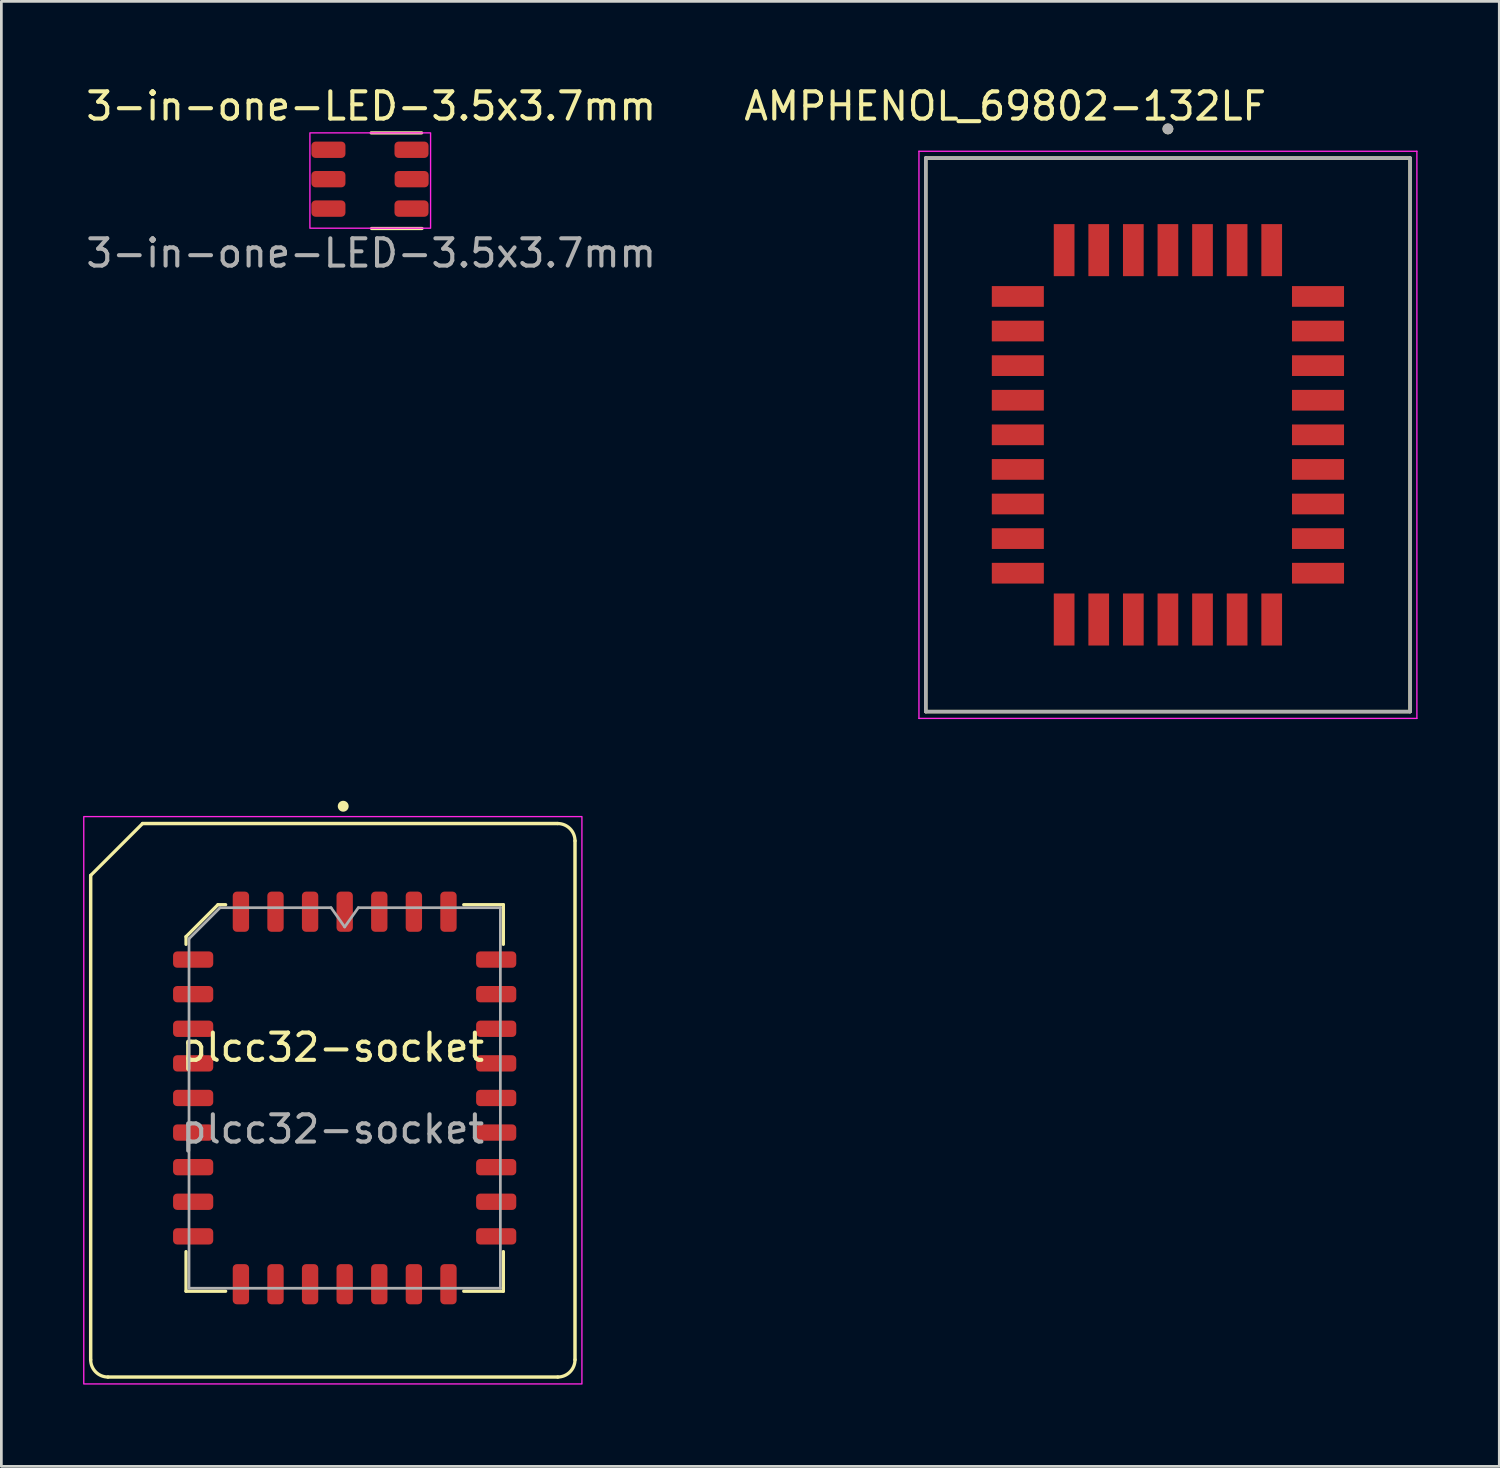
<source format=kicad_pcb>
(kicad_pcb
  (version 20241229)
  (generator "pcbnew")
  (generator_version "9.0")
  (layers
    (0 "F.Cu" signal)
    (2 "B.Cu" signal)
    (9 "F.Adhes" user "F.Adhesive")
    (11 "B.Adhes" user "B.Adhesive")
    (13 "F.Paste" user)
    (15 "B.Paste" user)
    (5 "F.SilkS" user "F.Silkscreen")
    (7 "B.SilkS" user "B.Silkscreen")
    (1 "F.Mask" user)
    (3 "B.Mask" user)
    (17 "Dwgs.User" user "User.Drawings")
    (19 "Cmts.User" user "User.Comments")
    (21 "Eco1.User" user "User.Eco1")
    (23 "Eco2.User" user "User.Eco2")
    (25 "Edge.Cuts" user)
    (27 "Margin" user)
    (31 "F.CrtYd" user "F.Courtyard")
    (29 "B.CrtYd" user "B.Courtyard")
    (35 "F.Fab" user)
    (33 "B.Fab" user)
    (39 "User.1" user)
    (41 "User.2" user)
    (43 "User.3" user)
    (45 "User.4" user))
  (footprint "3-in-one-LED-3.5x3.7mm"
    (layer "F.Cu")
    (at 10.577 3.728)
    (property "Reference" "3-in-one-LED-3.5x3.7mm" (at 0 -2.88 0) (unlocked yes) (layer "F.SilkS") (effects (font (size 1 1) (thickness 0.15))))
    (attr smd)
    (fp_line (start 0 -1.9) (end 1.85 -1.9) (stroke (width 0.12) (type solid)) (layer "F.SilkS"))
    (fp_line (start 0.015 1.61) (end 1.865 1.61) (stroke (width 0.12) (type solid)) (layer "F.SilkS"))
    (fp_rect (start -2.25 1.6) (end 2.18 -1.9) (stroke (width 0.05) (type solid)) (fill no) (layer "F.CrtYd"))
    (fp_text user "${REFERENCE}" (at 0 2.516 0) (unlocked yes) (layer "F.Fab") (effects (font (size 1 1) (thickness 0.15))))
    (pad "1" smd roundrect (at -1.57 -1.28) (size 1.25 0.6) (layers "F.Cu" "F.Mask" "F.Paste") (roundrect_rratio 0.25))
    (pad "2" smd roundrect (at 1.48 -1.28) (size 1.25 0.6) (layers "F.Cu" "F.Mask" "F.Paste") (roundrect_rratio 0.25))
    (pad "3" smd roundrect (at -1.57 -0.2) (size 1.25 0.6) (layers "F.Cu" "F.Mask" "F.Paste") (roundrect_rratio 0.25))
    (pad "4" smd roundrect (at 1.485 -0.2) (size 1.25 0.6) (layers "F.Cu" "F.Mask" "F.Paste") (roundrect_rratio 0.25))
    (pad "5" smd roundrect (at -1.57 0.88) (size 1.25 0.6) (layers "F.Cu" "F.Mask" "F.Paste") (roundrect_rratio 0.25))
    (pad "6" smd roundrect (at 1.48 0.88) (size 1.25 0.6) (layers "F.Cu" "F.Mask" "F.Paste") (roundrect_rratio 0.25)))
  (footprint "plcc32-socket"
    (layer "F.Cu")
    (at 9.169 37.343)
    (property "Reference" "plcc32-socket" (at 0 -1.94 0) (unlocked yes) (layer "F.SilkS") (effects (font (size 1 1) (thickness 0.15))))
    (attr smd)
    (fp_line (start -8.89 -8.255) (end -8.89 9.525) (stroke (width 0.127) (type solid)) (layer "F.SilkS"))
    (fp_line (start -8.255 10.16) (end 8.255 10.16) (stroke (width 0.127) (type solid)) (layer "F.SilkS"))
    (fp_line (start -6.985 -10.16) (end -8.89 -8.255) (stroke (width 0.12) (type solid)) (layer "F.SilkS"))
    (fp_line (start -5.39 -6.008) (end -5.39 -5.725) (stroke (width 0.12) (type solid)) (layer "F.SilkS"))
    (fp_line (start -5.39 7.01) (end -5.39 5.555) (stroke (width 0.12) (type solid)) (layer "F.SilkS"))
    (fp_line (start -4.218 -7.18) (end -5.39 -6.008) (stroke (width 0.12) (type solid)) (layer "F.SilkS"))
    (fp_line (start -3.935 -7.18) (end -4.218 -7.18) (stroke (width 0.12) (type solid)) (layer "F.SilkS"))
    (fp_line (start -3.935 7.01) (end -5.39 7.01) (stroke (width 0.12) (type solid)) (layer "F.SilkS"))
    (fp_line (start 4.805 -7.18) (end 6.26 -7.18) (stroke (width 0.12) (type solid)) (layer "F.SilkS"))
    (fp_line (start 4.805 7.01) (end 6.26 7.01) (stroke (width 0.12) (type solid)) (layer "F.SilkS"))
    (fp_line (start 6.26 -7.18) (end 6.26 -5.725) (stroke (width 0.12) (type solid)) (layer "F.SilkS"))
    (fp_line (start 6.26 7.01) (end 6.26 5.555) (stroke (width 0.12) (type solid)) (layer "F.SilkS"))
    (fp_line (start 8.255 -10.16) (end -6.985 -10.16) (stroke (width 0.127) (type solid)) (layer "F.SilkS"))
    (fp_line (start 8.89 9.525) (end 8.89 -9.525) (stroke (width 0.127) (type solid)) (layer "F.SilkS"))
    (fp_arc (start -8.255 10.16) (mid -8.704013 9.974013) (end -8.89 9.525) (stroke (width 0.12) (type solid)) (layer "F.SilkS"))
    (fp_arc (start 8.255 -10.16) (mid 8.704013 -9.974013) (end 8.89 -9.525) (stroke (width 0.12) (type solid)) (layer "F.SilkS"))
    (fp_arc (start 8.89 9.525) (mid 8.704013 9.974013) (end 8.255 10.16) (stroke (width 0.12) (type solid)) (layer "F.SilkS"))
    (fp_circle (center 0.381 -10.795) (end 0.381 -10.795) (stroke (width 0.4) (type solid)) (fill yes) (layer "F.SilkS"))
    (fp_rect (start 9.144 10.414) (end -9.144 -10.414) (stroke (width 0.05) (type solid)) (fill no) (layer "F.CrtYd"))
    (fp_line (start -5.28 -5.93) (end -4.14 -7.07) (stroke (width 0.1) (type solid)) (layer "F.Fab"))
    (fp_line (start -5.28 6.9) (end -5.28 -5.93) (stroke (width 0.1) (type solid)) (layer "F.Fab"))
    (fp_line (start -4.14 -7.07) (end -0.065 -7.07) (stroke (width 0.1) (type solid)) (layer "F.Fab"))
    (fp_line (start -0.065 -7.07) (end 0.435 -6.363) (stroke (width 0.1) (type solid)) (layer "F.Fab"))
    (fp_line (start 0.435 -6.363) (end 0.935 -7.07) (stroke (width 0.1) (type solid)) (layer "F.Fab"))
    (fp_line (start 0.935 -7.07) (end 6.15 -7.07) (stroke (width 0.1) (type solid)) (layer "F.Fab"))
    (fp_line (start 6.15 -7.07) (end 6.15 6.9) (stroke (width 0.1) (type solid)) (layer "F.Fab"))
    (fp_line (start 6.15 6.9) (end -5.28 6.9) (stroke (width 0.1) (type solid)) (layer "F.Fab"))
    (fp_text user "${REFERENCE}" (at 0 1.06 0) (unlocked yes) (layer "F.Fab") (effects (font (size 1 1) (thickness 0.15))))
    (pad "1" smd roundrect (at 0.435 -6.923) (size 0.6 1.475) (layers "F.Cu" "F.Mask" "F.Paste") (roundrect_rratio 0.25))
    (pad "2" smd roundrect (at -0.835 -6.923) (size 0.6 1.475) (layers "F.Cu" "F.Mask" "F.Paste") (roundrect_rratio 0.25))
    (pad "3" smd roundrect (at -2.105 -6.923) (size 0.6 1.475) (layers "F.Cu" "F.Mask" "F.Paste") (roundrect_rratio 0.25))
    (pad "4" smd roundrect (at -3.375 -6.923) (size 0.6 1.475) (layers "F.Cu" "F.Mask" "F.Paste") (roundrect_rratio 0.25))
    (pad "5" smd roundrect (at -5.128 -5.165) (size 1.475 0.6) (layers "F.Cu" "F.Mask" "F.Paste") (roundrect_rratio 0.25))
    (pad "6" smd roundrect (at -5.128 -3.895) (size 1.475 0.6) (layers "F.Cu" "F.Mask" "F.Paste") (roundrect_rratio 0.25))
    (pad "7" smd roundrect (at -5.128 -2.625) (size 1.475 0.6) (layers "F.Cu" "F.Mask" "F.Paste") (roundrect_rratio 0.25))
    (pad "8" smd roundrect (at -5.128 -1.355) (size 1.475 0.6) (layers "F.Cu" "F.Mask" "F.Paste") (roundrect_rratio 0.25))
    (pad "9" smd roundrect (at -5.128 -0.085) (size 1.475 0.6) (layers "F.Cu" "F.Mask" "F.Paste") (roundrect_rratio 0.25))
    (pad "10" smd roundrect (at -5.128 1.185) (size 1.475 0.6) (layers "F.Cu" "F.Mask" "F.Paste") (roundrect_rratio 0.25))
    (pad "11" smd roundrect (at -5.128 2.455) (size 1.475 0.6) (layers "F.Cu" "F.Mask" "F.Paste") (roundrect_rratio 0.25))
    (pad "12" smd roundrect (at -5.128 3.725) (size 1.475 0.6) (layers "F.Cu" "F.Mask" "F.Paste") (roundrect_rratio 0.25))
    (pad "13" smd roundrect (at -5.128 4.995) (size 1.475 0.6) (layers "F.Cu" "F.Mask" "F.Paste") (roundrect_rratio 0.25))
    (pad "14" smd roundrect (at -3.375 6.753) (size 0.6 1.475) (layers "F.Cu" "F.Mask" "F.Paste") (roundrect_rratio 0.25))
    (pad "15" smd roundrect (at -2.105 6.753) (size 0.6 1.475) (layers "F.Cu" "F.Mask" "F.Paste") (roundrect_rratio 0.25))
    (pad "16" smd roundrect (at -0.835 6.753) (size 0.6 1.475) (layers "F.Cu" "F.Mask" "F.Paste") (roundrect_rratio 0.25))
    (pad "17" smd roundrect (at 0.435 6.753) (size 0.6 1.475) (layers "F.Cu" "F.Mask" "F.Paste") (roundrect_rratio 0.25))
    (pad "18" smd roundrect (at 1.705 6.753) (size 0.6 1.475) (layers "F.Cu" "F.Mask" "F.Paste") (roundrect_rratio 0.25))
    (pad "19" smd roundrect (at 2.975 6.753) (size 0.6 1.475) (layers "F.Cu" "F.Mask" "F.Paste") (roundrect_rratio 0.25))
    (pad "20" smd roundrect (at 4.245 6.753) (size 0.6 1.475) (layers "F.Cu" "F.Mask" "F.Paste") (roundrect_rratio 0.25))
    (pad "21" smd roundrect (at 5.997 4.995) (size 1.475 0.6) (layers "F.Cu" "F.Mask" "F.Paste") (roundrect_rratio 0.25))
    (pad "22" smd roundrect (at 5.997 3.725) (size 1.475 0.6) (layers "F.Cu" "F.Mask" "F.Paste") (roundrect_rratio 0.25))
    (pad "23" smd roundrect (at 5.997 2.455) (size 1.475 0.6) (layers "F.Cu" "F.Mask" "F.Paste") (roundrect_rratio 0.25))
    (pad "24" smd roundrect (at 5.997 1.185) (size 1.475 0.6) (layers "F.Cu" "F.Mask" "F.Paste") (roundrect_rratio 0.25))
    (pad "25" smd roundrect (at 5.997 -0.085) (size 1.475 0.6) (layers "F.Cu" "F.Mask" "F.Paste") (roundrect_rratio 0.25))
    (pad "26" smd roundrect (at 5.997 -1.355) (size 1.475 0.6) (layers "F.Cu" "F.Mask" "F.Paste") (roundrect_rratio 0.25))
    (pad "27" smd roundrect (at 5.997 -2.625) (size 1.475 0.6) (layers "F.Cu" "F.Mask" "F.Paste") (roundrect_rratio 0.25))
    (pad "28" smd roundrect (at 5.997 -3.895) (size 1.475 0.6) (layers "F.Cu" "F.Mask" "F.Paste") (roundrect_rratio 0.25))
    (pad "29" smd roundrect (at 5.997 -5.165) (size 1.475 0.6) (layers "F.Cu" "F.Mask" "F.Paste") (roundrect_rratio 0.25))
    (pad "30" smd roundrect (at 4.245 -6.923) (size 0.6 1.475) (layers "F.Cu" "F.Mask" "F.Paste") (roundrect_rratio 0.25))
    (pad "31" smd roundrect (at 2.975 -6.923) (size 0.6 1.475) (layers "F.Cu" "F.Mask" "F.Paste") (roundrect_rratio 0.25))
    (pad "32" smd roundrect (at 1.705 -6.923) (size 0.6 1.475) (layers "F.Cu" "F.Mask" "F.Paste") (roundrect_rratio 0.25)))
  (footprint "AMPHENOL_69802-132LF"
    (layer "F.Cu")
    (at 39.826 12.913)
    (property "Reference" "AMPHENOL_69802-132LF" (at -5.975 -12.065 0) (layer "F.SilkS") (effects (font (size 1 1) (thickness 0.15))))
    (attr smd)
    (fp_line (start -8.89 -10.16) (end -8.89 10.16) (stroke (width 0.127) (type solid)) (layer "F.SilkS"))
    (fp_line (start -8.89 10.16) (end 8.89 10.16) (stroke (width 0.127) (type solid)) (layer "F.SilkS"))
    (fp_line (start 8.89 -10.16) (end -8.89 -10.16) (stroke (width 0.127) (type solid)) (layer "F.SilkS"))
    (fp_line (start 8.89 10.16) (end 8.89 -10.16) (stroke (width 0.127) (type solid)) (layer "F.SilkS"))
    (fp_circle (center 0 -11.23) (end 0.1 -11.23) (stroke (width 0.2) (type solid)) (fill no) (layer "F.SilkS"))
    (fp_line (start -9.14 -10.41) (end -9.14 10.41) (stroke (width 0.05) (type solid)) (layer "F.CrtYd"))
    (fp_line (start -9.14 10.41) (end 9.14 10.41) (stroke (width 0.05) (type solid)) (layer "F.CrtYd"))
    (fp_line (start 9.14 -10.41) (end -9.14 -10.41) (stroke (width 0.05) (type solid)) (layer "F.CrtYd"))
    (fp_line (start 9.14 10.41) (end 9.14 -10.41) (stroke (width 0.05) (type solid)) (layer "F.CrtYd"))
    (fp_line (start -8.89 -10.16) (end -8.89 10.16) (stroke (width 0.127) (type solid)) (layer "F.Fab"))
    (fp_line (start -8.89 10.16) (end 8.89 10.16) (stroke (width 0.127) (type solid)) (layer "F.Fab"))
    (fp_line (start 8.89 -10.16) (end -8.89 -10.16) (stroke (width 0.127) (type solid)) (layer "F.Fab"))
    (fp_line (start 8.89 10.16) (end 8.89 -10.16) (stroke (width 0.127) (type solid)) (layer "F.Fab"))
    (fp_circle (center 0 -11.23) (end 0.1 -11.23) (stroke (width 0.2) (type solid)) (fill no) (layer "F.Fab"))
    (pad "1" smd rect (at 0 -6.78) (size 0.76 1.91) (layers "F.Cu" "F.Mask" "F.Paste"))
    (pad "2" smd rect (at -1.27 -6.78) (size 0.76 1.91) (layers "F.Cu" "F.Mask" "F.Paste"))
    (pad "3" smd rect (at -2.54 -6.78) (size 0.76 1.91) (layers "F.Cu" "F.Mask" "F.Paste"))
    (pad "4" smd rect (at -3.81 -6.78) (size 0.76 1.91) (layers "F.Cu" "F.Mask" "F.Paste"))
    (pad "5" smd rect (at -5.51 -5.08) (size 1.91 0.76) (layers "F.Cu" "F.Mask" "F.Paste"))
    (pad "6" smd rect (at -5.51 -3.81) (size 1.91 0.76) (layers "F.Cu" "F.Mask" "F.Paste"))
    (pad "7" smd rect (at -5.51 -2.54) (size 1.91 0.76) (layers "F.Cu" "F.Mask" "F.Paste"))
    (pad "8" smd rect (at -5.51 -1.27) (size 1.91 0.76) (layers "F.Cu" "F.Mask" "F.Paste"))
    (pad "9" smd rect (at -5.51 0) (size 1.91 0.76) (layers "F.Cu" "F.Mask" "F.Paste"))
    (pad "10" smd rect (at -5.51 1.27) (size 1.91 0.76) (layers "F.Cu" "F.Mask" "F.Paste"))
    (pad "11" smd rect (at -5.51 2.54) (size 1.91 0.76) (layers "F.Cu" "F.Mask" "F.Paste"))
    (pad "12" smd rect (at -5.51 3.81) (size 1.91 0.76) (layers "F.Cu" "F.Mask" "F.Paste"))
    (pad "13" smd rect (at -5.51 5.08) (size 1.91 0.76) (layers "F.Cu" "F.Mask" "F.Paste"))
    (pad "14" smd rect (at -3.81 6.78) (size 0.76 1.91) (layers "F.Cu" "F.Mask" "F.Paste"))
    (pad "15" smd rect (at -2.54 6.78) (size 0.76 1.91) (layers "F.Cu" "F.Mask" "F.Paste"))
    (pad "16" smd rect (at -1.27 6.78) (size 0.76 1.91) (layers "F.Cu" "F.Mask" "F.Paste"))
    (pad "17" smd rect (at 0 6.78) (size 0.76 1.91) (layers "F.Cu" "F.Mask" "F.Paste"))
    (pad "18" smd rect (at 1.27 6.78) (size 0.76 1.91) (layers "F.Cu" "F.Mask" "F.Paste"))
    (pad "19" smd rect (at 2.54 6.78) (size 0.76 1.91) (layers "F.Cu" "F.Mask" "F.Paste"))
    (pad "20" smd rect (at 3.81 6.78) (size 0.76 1.91) (layers "F.Cu" "F.Mask" "F.Paste"))
    (pad "21" smd rect (at 5.51 5.08) (size 1.91 0.76) (layers "F.Cu" "F.Mask" "F.Paste"))
    (pad "22" smd rect (at 5.51 3.81) (size 1.91 0.76) (layers "F.Cu" "F.Mask" "F.Paste"))
    (pad "23" smd rect (at 5.51 2.54) (size 1.91 0.76) (layers "F.Cu" "F.Mask" "F.Paste"))
    (pad "24" smd rect (at 5.51 1.27) (size 1.91 0.76) (layers "F.Cu" "F.Mask" "F.Paste"))
    (pad "25" smd rect (at 5.51 0) (size 1.91 0.76) (layers "F.Cu" "F.Mask" "F.Paste"))
    (pad "26" smd rect (at 5.51 -1.27) (size 1.91 0.76) (layers "F.Cu" "F.Mask" "F.Paste"))
    (pad "27" smd rect (at 5.51 -2.54) (size 1.91 0.76) (layers "F.Cu" "F.Mask" "F.Paste"))
    (pad "28" smd rect (at 5.51 -3.81) (size 1.91 0.76) (layers "F.Cu" "F.Mask" "F.Paste"))
    (pad "29" smd rect (at 5.51 -5.08) (size 1.91 0.76) (layers "F.Cu" "F.Mask" "F.Paste"))
    (pad "30" smd rect (at 3.81 -6.78) (size 0.76 1.91) (layers "F.Cu" "F.Mask" "F.Paste"))
    (pad "31" smd rect (at 2.54 -6.78) (size 0.76 1.91) (layers "F.Cu" "F.Mask" "F.Paste"))
    (pad "32" smd rect (at 1.27 -6.78) (size 0.76 1.91) (layers "F.Cu" "F.Mask" "F.Paste")))
  (gr_rect
    (start -3 -3)
    (end 51.991 50.782)
    (stroke (width 0.1) (type default))
    (fill no)
    (layer "Edge.Cuts")))
</source>
